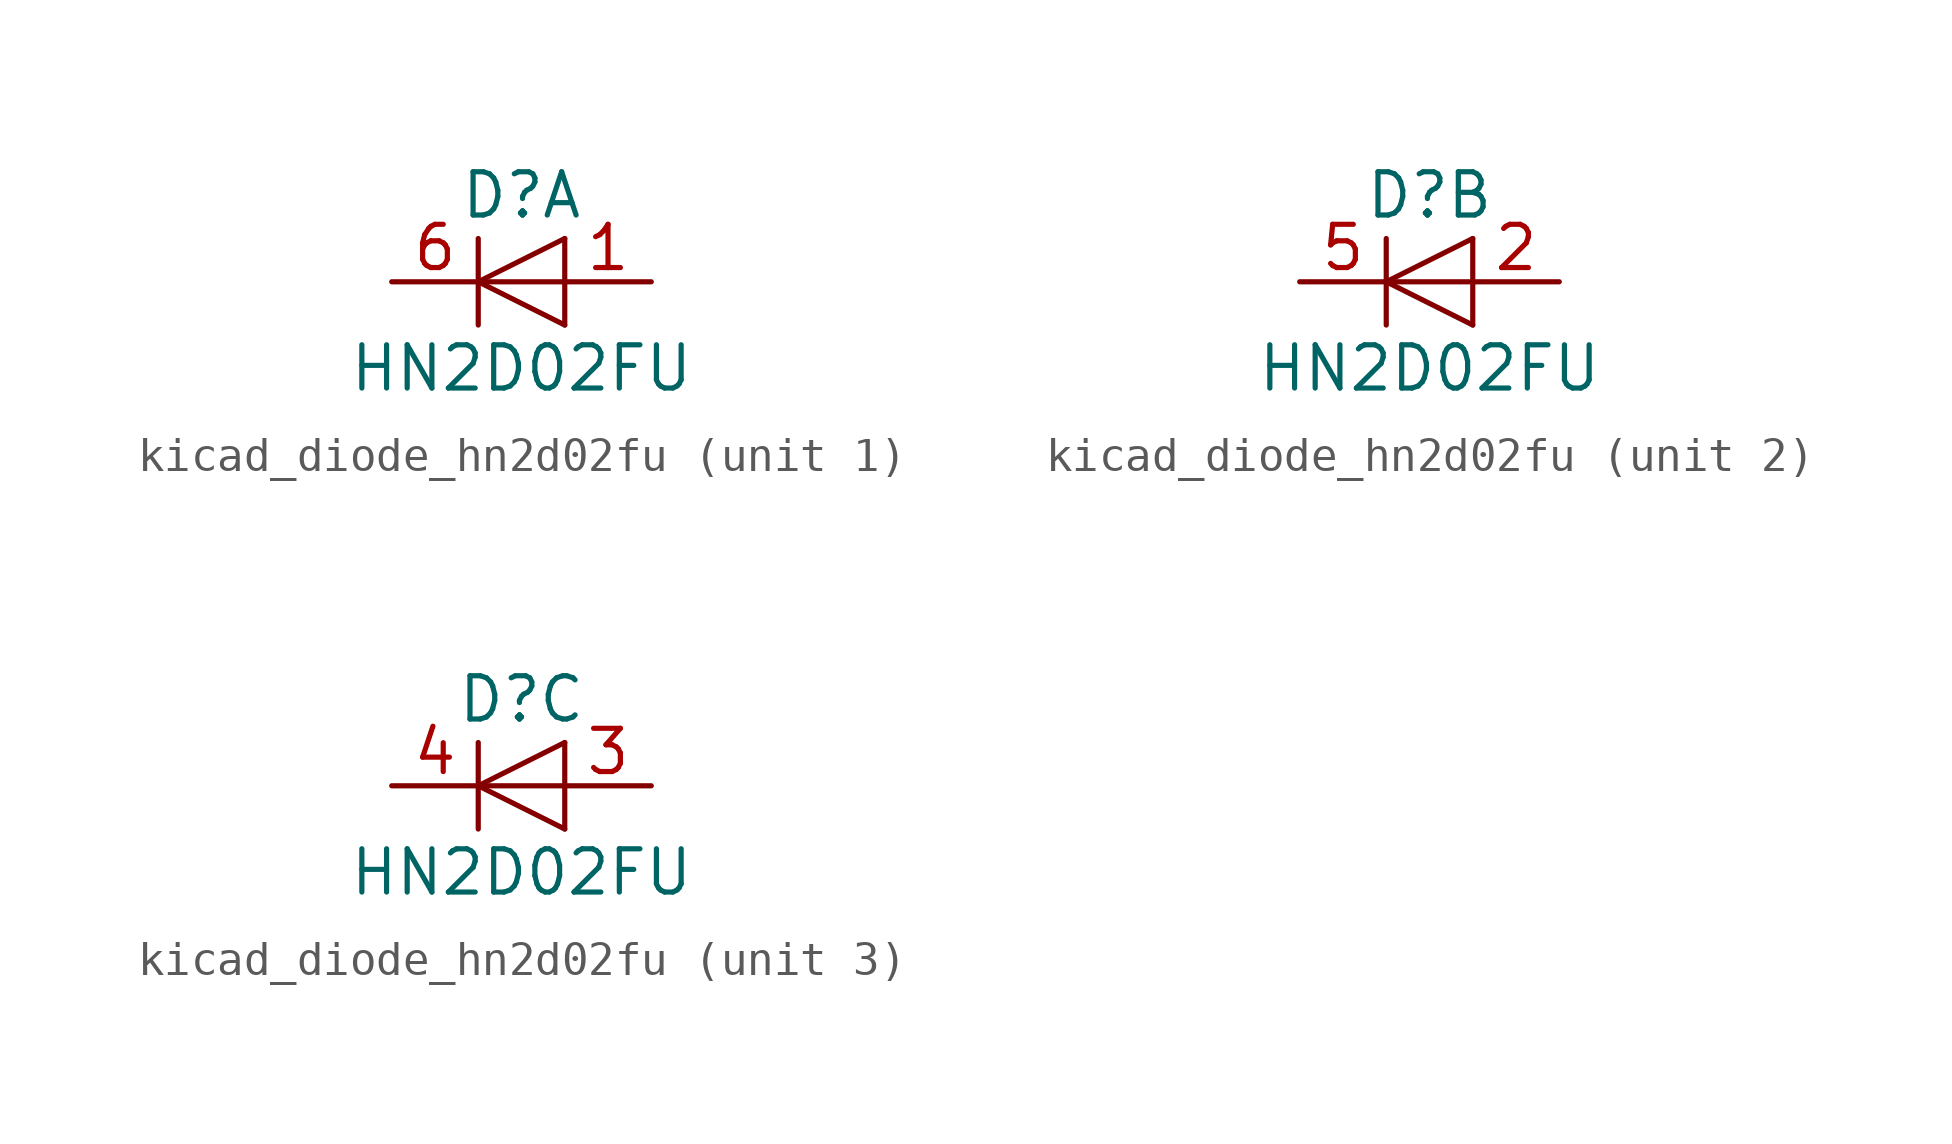
<source format=kicad_sym>
(kicad_symbol_lib
  (version 20220914)
  (generator kicad_symbol_editor)
  (symbol "kicad_diode_hn2d02fu"
    (pin_names
      (offset 1.016) hide)
    (property "Reference" "D"
      (at 0 2.54 0)
      (effects (font (size 1.27 1.27))))
    (property "Value" "HN2D02FU"
      (at 0 -2.54 0)
      (effects (font (size 1.27 1.27))))
    (symbol "kicad_diode_hn2d02fu_0_1"
      (polyline (pts (xy -1.27 1.27) (xy -1.27 -1.27)) (stroke (width 0.152) (type default)) (fill (type none)))
      (polyline (pts (xy 1.27 0) (xy -1.27 0)) (stroke (width 0) (type default)) (fill (type none)))
      (polyline (pts (xy 1.27 1.27) (xy 1.27 -1.27)) (stroke (width 0) (type default)) (fill (type none)))
      (polyline (pts (xy 1.27 1.27) (xy -1.27 0) (xy 1.27 -1.27)) (stroke (width 0) (type default)) (fill (type none))))
    (symbol "kicad_diode_hn2d02fu_1_1"
      (pin passive line (at 3.81 0 180) (length 2.54) (name "A" (effects (font (size 1.27 1.27)))) (number "1" (effects (font (size 1.27 1.27)))))
      (pin passive line (at -3.81 0 0) (length 2.54) (name "K" (effects (font (size 1.27 1.27)))) (number "6" (effects (font (size 1.27 1.27))))))
    (symbol "kicad_diode_hn2d02fu_2_1"
      (pin passive line (at 3.81 0 180) (length 2.54) (name "A" (effects (font (size 1.27 1.27)))) (number "2" (effects (font (size 1.27 1.27)))))
      (pin passive line (at -3.81 0 0) (length 2.54) (name "K" (effects (font (size 1.27 1.27)))) (number "5" (effects (font (size 1.27 1.27))))))
    (symbol "kicad_diode_hn2d02fu_3_1"
      (pin passive line (at 3.81 0 180) (length 2.54) (name "A" (effects (font (size 1.27 1.27)))) (number "3" (effects (font (size 1.27 1.27)))))
      (pin passive line (at -3.81 0 0) (length 2.54) (name "K" (effects (font (size 1.27 1.27)))) (number "4" (effects (font (size 1.27 1.27))))))))
</source>
